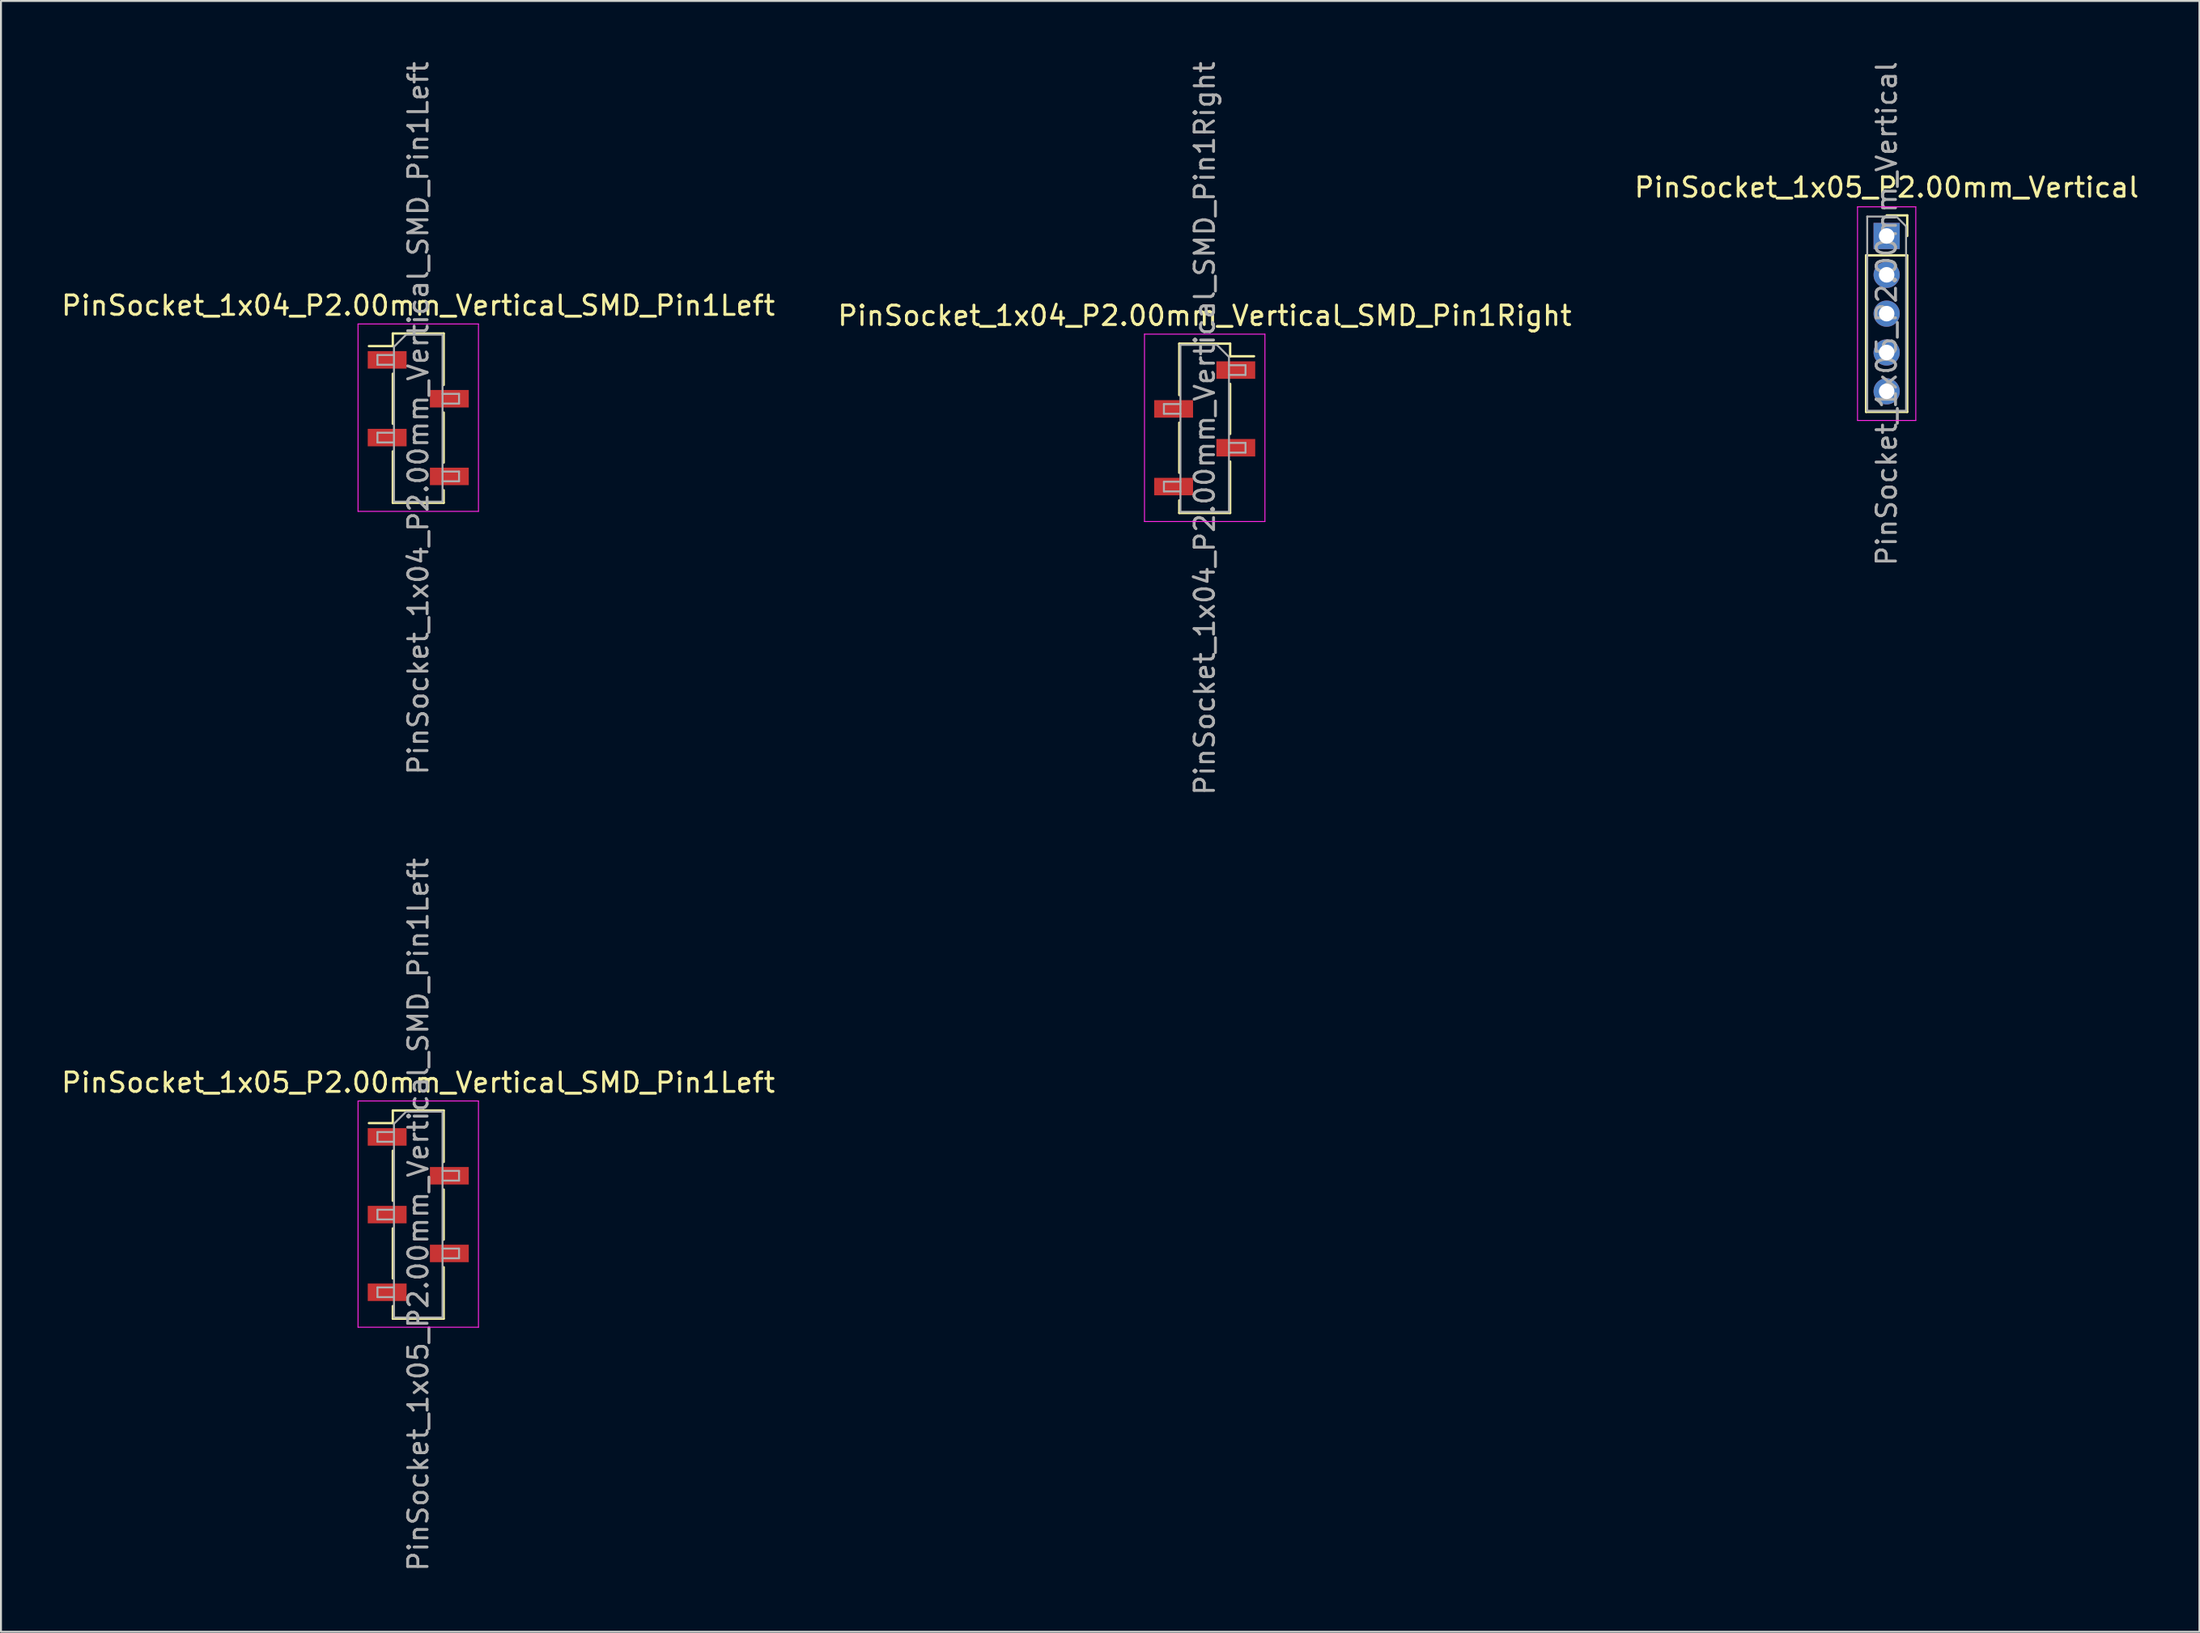
<source format=kicad_pcb>
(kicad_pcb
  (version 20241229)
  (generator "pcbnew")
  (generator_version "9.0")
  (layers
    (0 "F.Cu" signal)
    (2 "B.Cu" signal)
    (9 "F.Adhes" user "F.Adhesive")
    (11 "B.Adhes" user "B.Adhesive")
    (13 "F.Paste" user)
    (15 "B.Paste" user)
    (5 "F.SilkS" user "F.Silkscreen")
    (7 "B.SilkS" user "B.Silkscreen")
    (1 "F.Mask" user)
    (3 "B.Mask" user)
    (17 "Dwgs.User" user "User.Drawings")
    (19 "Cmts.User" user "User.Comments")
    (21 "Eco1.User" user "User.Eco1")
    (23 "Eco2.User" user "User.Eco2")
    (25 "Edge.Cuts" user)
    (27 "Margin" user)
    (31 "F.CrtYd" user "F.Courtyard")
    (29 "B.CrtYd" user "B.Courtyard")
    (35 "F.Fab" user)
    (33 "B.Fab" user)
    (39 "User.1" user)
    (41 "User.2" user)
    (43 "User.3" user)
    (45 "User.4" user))
  (footprint "PinSocket_1x04_P2.00mm_Vertical_SMD_Pin1Left"
    (layer "F.Cu")
    (at 18.482 18.482)
    (property "Reference" "PinSocket_1x04_P2.00mm_Vertical_SMD_Pin1Left" (at 0 -5.8 0) (layer "F.SilkS") (effects (font (size 1 1) (thickness 0.15))))
    (attr smd)
    (fp_line (start -2.54 -3.71) (end -1.31 -3.71) (stroke (width 0.12) (type solid)) (layer "F.SilkS"))
    (fp_line (start -1.31 -4.36) (end -1.31 -3.71) (stroke (width 0.12) (type solid)) (layer "F.SilkS"))
    (fp_line (start -1.31 -4.36) (end 1.31 -4.36) (stroke (width 0.12) (type solid)) (layer "F.SilkS"))
    (fp_line (start -1.31 -2.29) (end -1.31 0.29) (stroke (width 0.12) (type solid)) (layer "F.SilkS"))
    (fp_line (start -1.31 1.71) (end -1.31 4.36) (stroke (width 0.12) (type solid)) (layer "F.SilkS"))
    (fp_line (start -1.31 4.36) (end 1.31 4.36) (stroke (width 0.12) (type solid)) (layer "F.SilkS"))
    (fp_line (start 1.31 -4.36) (end 1.31 -1.71) (stroke (width 0.12) (type solid)) (layer "F.SilkS"))
    (fp_line (start 1.31 -0.29) (end 1.31 2.29) (stroke (width 0.12) (type solid)) (layer "F.SilkS"))
    (fp_line (start 1.31 3.71) (end 1.31 4.36) (stroke (width 0.12) (type solid)) (layer "F.SilkS"))
    (fp_line (start -3.1 -4.85) (end 3.1 -4.85) (stroke (width 0.05) (type solid)) (layer "F.CrtYd"))
    (fp_line (start -3.1 4.8) (end -3.1 -4.85) (stroke (width 0.05) (type solid)) (layer "F.CrtYd"))
    (fp_line (start 3.1 -4.85) (end 3.1 4.8) (stroke (width 0.05) (type solid)) (layer "F.CrtYd"))
    (fp_line (start 3.1 4.8) (end -3.1 4.8) (stroke (width 0.05) (type solid)) (layer "F.CrtYd"))
    (fp_line (start -2.1 -3.25) (end -1.25 -3.25) (stroke (width 0.1) (type solid)) (layer "F.Fab"))
    (fp_line (start -2.1 -2.75) (end -2.1 -3.25) (stroke (width 0.1) (type solid)) (layer "F.Fab"))
    (fp_line (start -2.1 0.75) (end -1.25 0.75) (stroke (width 0.1) (type solid)) (layer "F.Fab"))
    (fp_line (start -2.1 1.25) (end -2.1 0.75) (stroke (width 0.1) (type solid)) (layer "F.Fab"))
    (fp_line (start -1.25 -3.675) (end -0.625 -4.3) (stroke (width 0.1) (type solid)) (layer "F.Fab"))
    (fp_line (start -1.25 -2.75) (end -2.1 -2.75) (stroke (width 0.1) (type solid)) (layer "F.Fab"))
    (fp_line (start -1.25 1.25) (end -2.1 1.25) (stroke (width 0.1) (type solid)) (layer "F.Fab"))
    (fp_line (start -1.25 4.3) (end -1.25 -3.675) (stroke (width 0.1) (type solid)) (layer "F.Fab"))
    (fp_line (start -0.625 -4.3) (end 1.25 -4.3) (stroke (width 0.1) (type solid)) (layer "F.Fab"))
    (fp_line (start 1.25 -4.3) (end 1.25 4.3) (stroke (width 0.1) (type solid)) (layer "F.Fab"))
    (fp_line (start 1.25 -1.25) (end 2.1 -1.25) (stroke (width 0.1) (type solid)) (layer "F.Fab"))
    (fp_line (start 1.25 2.75) (end 2.1 2.75) (stroke (width 0.1) (type solid)) (layer "F.Fab"))
    (fp_line (start 1.25 4.3) (end -1.25 4.3) (stroke (width 0.1) (type solid)) (layer "F.Fab"))
    (fp_line (start 2.1 -1.25) (end 2.1 -0.75) (stroke (width 0.1) (type solid)) (layer "F.Fab"))
    (fp_line (start 2.1 -0.75) (end 1.25 -0.75) (stroke (width 0.1) (type solid)) (layer "F.Fab"))
    (fp_line (start 2.1 2.75) (end 2.1 3.25) (stroke (width 0.1) (type solid)) (layer "F.Fab"))
    (fp_line (start 2.1 3.25) (end 1.25 3.25) (stroke (width 0.1) (type solid)) (layer "F.Fab"))
    (fp_text user "${REFERENCE}" (at 0 0 90) (layer "F.Fab") (effects (font (size 1 1) (thickness 0.15))))
    (pad "1" smd rect (at -1.6 -3) (size 2 0.9) (layers "F.Cu" "F.Mask" "F.Paste"))
    (pad "2" smd rect (at 1.6 -1) (size 2 0.9) (layers "F.Cu" "F.Mask" "F.Paste"))
    (pad "3" smd rect (at -1.6 1) (size 2 0.9) (layers "F.Cu" "F.Mask" "F.Paste"))
    (pad "4" smd rect (at 1.6 3) (size 2 0.9) (layers "F.Cu" "F.Mask" "F.Paste")))
  (footprint "PinSocket_1x05_P2.00mm_Vertical_SMD_Pin1Left"
    (layer "F.Cu")
    (at 18.482 59.494)
    (property "Reference" "PinSocket_1x05_P2.00mm_Vertical_SMD_Pin1Left" (at 0 -6.8 0) (layer "F.SilkS") (effects (font (size 1 1) (thickness 0.15))))
    (attr smd)
    (fp_line (start -2.54 -4.71) (end -1.31 -4.71) (stroke (width 0.12) (type solid)) (layer "F.SilkS"))
    (fp_line (start -1.31 -5.36) (end -1.31 -4.71) (stroke (width 0.12) (type solid)) (layer "F.SilkS"))
    (fp_line (start -1.31 -5.36) (end 1.31 -5.36) (stroke (width 0.12) (type solid)) (layer "F.SilkS"))
    (fp_line (start -1.31 -3.29) (end -1.31 -0.71) (stroke (width 0.12) (type solid)) (layer "F.SilkS"))
    (fp_line (start -1.31 0.71) (end -1.31 3.29) (stroke (width 0.12) (type solid)) (layer "F.SilkS"))
    (fp_line (start -1.31 4.71) (end -1.31 5.36) (stroke (width 0.12) (type solid)) (layer "F.SilkS"))
    (fp_line (start -1.31 5.36) (end 1.31 5.36) (stroke (width 0.12) (type solid)) (layer "F.SilkS"))
    (fp_line (start 1.31 -5.36) (end 1.31 -2.71) (stroke (width 0.12) (type solid)) (layer "F.SilkS"))
    (fp_line (start 1.31 -1.29) (end 1.31 1.29) (stroke (width 0.12) (type solid)) (layer "F.SilkS"))
    (fp_line (start 1.31 2.71) (end 1.31 5.36) (stroke (width 0.12) (type solid)) (layer "F.SilkS"))
    (fp_line (start -3.1 -5.85) (end 3.1 -5.85) (stroke (width 0.05) (type solid)) (layer "F.CrtYd"))
    (fp_line (start -3.1 5.8) (end -3.1 -5.85) (stroke (width 0.05) (type solid)) (layer "F.CrtYd"))
    (fp_line (start 3.1 -5.85) (end 3.1 5.8) (stroke (width 0.05) (type solid)) (layer "F.CrtYd"))
    (fp_line (start 3.1 5.8) (end -3.1 5.8) (stroke (width 0.05) (type solid)) (layer "F.CrtYd"))
    (fp_line (start -2.1 -4.25) (end -1.25 -4.25) (stroke (width 0.1) (type solid)) (layer "F.Fab"))
    (fp_line (start -2.1 -3.75) (end -2.1 -4.25) (stroke (width 0.1) (type solid)) (layer "F.Fab"))
    (fp_line (start -2.1 -0.25) (end -1.25 -0.25) (stroke (width 0.1) (type solid)) (layer "F.Fab"))
    (fp_line (start -2.1 0.25) (end -2.1 -0.25) (stroke (width 0.1) (type solid)) (layer "F.Fab"))
    (fp_line (start -2.1 3.75) (end -1.25 3.75) (stroke (width 0.1) (type solid)) (layer "F.Fab"))
    (fp_line (start -2.1 4.25) (end -2.1 3.75) (stroke (width 0.1) (type solid)) (layer "F.Fab"))
    (fp_line (start -1.25 -4.675) (end -0.625 -5.3) (stroke (width 0.1) (type solid)) (layer "F.Fab"))
    (fp_line (start -1.25 -3.75) (end -2.1 -3.75) (stroke (width 0.1) (type solid)) (layer "F.Fab"))
    (fp_line (start -1.25 0.25) (end -2.1 0.25) (stroke (width 0.1) (type solid)) (layer "F.Fab"))
    (fp_line (start -1.25 4.25) (end -2.1 4.25) (stroke (width 0.1) (type solid)) (layer "F.Fab"))
    (fp_line (start -1.25 5.3) (end -1.25 -4.675) (stroke (width 0.1) (type solid)) (layer "F.Fab"))
    (fp_line (start -0.625 -5.3) (end 1.25 -5.3) (stroke (width 0.1) (type solid)) (layer "F.Fab"))
    (fp_line (start 1.25 -5.3) (end 1.25 5.3) (stroke (width 0.1) (type solid)) (layer "F.Fab"))
    (fp_line (start 1.25 -2.25) (end 2.1 -2.25) (stroke (width 0.1) (type solid)) (layer "F.Fab"))
    (fp_line (start 1.25 1.75) (end 2.1 1.75) (stroke (width 0.1) (type solid)) (layer "F.Fab"))
    (fp_line (start 1.25 5.3) (end -1.25 5.3) (stroke (width 0.1) (type solid)) (layer "F.Fab"))
    (fp_line (start 2.1 -2.25) (end 2.1 -1.75) (stroke (width 0.1) (type solid)) (layer "F.Fab"))
    (fp_line (start 2.1 -1.75) (end 1.25 -1.75) (stroke (width 0.1) (type solid)) (layer "F.Fab"))
    (fp_line (start 2.1 1.75) (end 2.1 2.25) (stroke (width 0.1) (type solid)) (layer "F.Fab"))
    (fp_line (start 2.1 2.25) (end 1.25 2.25) (stroke (width 0.1) (type solid)) (layer "F.Fab"))
    (fp_text user "${REFERENCE}" (at 0 0 90) (layer "F.Fab") (effects (font (size 1 1) (thickness 0.15))))
    (pad "1" smd rect (at -1.6 -4) (size 2 0.9) (layers "F.Cu" "F.Mask" "F.Paste"))
    (pad "2" smd rect (at 1.6 -2) (size 2 0.9) (layers "F.Cu" "F.Mask" "F.Paste"))
    (pad "3" smd rect (at -1.6 0) (size 2 0.9) (layers "F.Cu" "F.Mask" "F.Paste"))
    (pad "4" smd rect (at 1.6 2) (size 2 0.9) (layers "F.Cu" "F.Mask" "F.Paste"))
    (pad "5" smd rect (at -1.6 4) (size 2 0.9) (layers "F.Cu" "F.Mask" "F.Paste")))
  (footprint "PinSocket_1x04_P2.00mm_Vertical_SMD_Pin1Right"
    (layer "F.Cu")
    (at 58.97 19.006)
    (property "Reference" "PinSocket_1x04_P2.00mm_Vertical_SMD_Pin1Right" (at 0 -5.8 0) (layer "F.SilkS") (effects (font (size 1 1) (thickness 0.15))))
    (attr smd)
    (fp_line (start -1.31 -4.36) (end -1.31 -1.71) (stroke (width 0.12) (type solid)) (layer "F.SilkS"))
    (fp_line (start -1.31 -4.36) (end 1.31 -4.36) (stroke (width 0.12) (type solid)) (layer "F.SilkS"))
    (fp_line (start -1.31 -0.29) (end -1.31 2.29) (stroke (width 0.12) (type solid)) (layer "F.SilkS"))
    (fp_line (start -1.31 3.71) (end -1.31 4.36) (stroke (width 0.12) (type solid)) (layer "F.SilkS"))
    (fp_line (start -1.31 4.36) (end 1.31 4.36) (stroke (width 0.12) (type solid)) (layer "F.SilkS"))
    (fp_line (start 1.31 -4.36) (end 1.31 -3.71) (stroke (width 0.12) (type solid)) (layer "F.SilkS"))
    (fp_line (start 1.31 -3.71) (end 2.54 -3.71) (stroke (width 0.12) (type solid)) (layer "F.SilkS"))
    (fp_line (start 1.31 -2.29) (end 1.31 0.29) (stroke (width 0.12) (type solid)) (layer "F.SilkS"))
    (fp_line (start 1.31 1.71) (end 1.31 4.36) (stroke (width 0.12) (type solid)) (layer "F.SilkS"))
    (fp_line (start -3.1 -4.85) (end 3.1 -4.85) (stroke (width 0.05) (type solid)) (layer "F.CrtYd"))
    (fp_line (start -3.1 4.8) (end -3.1 -4.85) (stroke (width 0.05) (type solid)) (layer "F.CrtYd"))
    (fp_line (start 3.1 -4.85) (end 3.1 4.8) (stroke (width 0.05) (type solid)) (layer "F.CrtYd"))
    (fp_line (start 3.1 4.8) (end -3.1 4.8) (stroke (width 0.05) (type solid)) (layer "F.CrtYd"))
    (fp_line (start -2.1 -1.25) (end -1.25 -1.25) (stroke (width 0.1) (type solid)) (layer "F.Fab"))
    (fp_line (start -2.1 -0.75) (end -2.1 -1.25) (stroke (width 0.1) (type solid)) (layer "F.Fab"))
    (fp_line (start -2.1 2.75) (end -1.25 2.75) (stroke (width 0.1) (type solid)) (layer "F.Fab"))
    (fp_line (start -2.1 3.25) (end -2.1 2.75) (stroke (width 0.1) (type solid)) (layer "F.Fab"))
    (fp_line (start -1.25 -4.3) (end 0.625 -4.3) (stroke (width 0.1) (type solid)) (layer "F.Fab"))
    (fp_line (start -1.25 -0.75) (end -2.1 -0.75) (stroke (width 0.1) (type solid)) (layer "F.Fab"))
    (fp_line (start -1.25 3.25) (end -2.1 3.25) (stroke (width 0.1) (type solid)) (layer "F.Fab"))
    (fp_line (start -1.25 4.3) (end -1.25 -4.3) (stroke (width 0.1) (type solid)) (layer "F.Fab"))
    (fp_line (start 0.625 -4.3) (end 1.25 -3.675) (stroke (width 0.1) (type solid)) (layer "F.Fab"))
    (fp_line (start 1.25 -3.675) (end 1.25 4.3) (stroke (width 0.1) (type solid)) (layer "F.Fab"))
    (fp_line (start 1.25 -3.25) (end 2.1 -3.25) (stroke (width 0.1) (type solid)) (layer "F.Fab"))
    (fp_line (start 1.25 0.75) (end 2.1 0.75) (stroke (width 0.1) (type solid)) (layer "F.Fab"))
    (fp_line (start 1.25 4.3) (end -1.25 4.3) (stroke (width 0.1) (type solid)) (layer "F.Fab"))
    (fp_line (start 2.1 -3.25) (end 2.1 -2.75) (stroke (width 0.1) (type solid)) (layer "F.Fab"))
    (fp_line (start 2.1 -2.75) (end 1.25 -2.75) (stroke (width 0.1) (type solid)) (layer "F.Fab"))
    (fp_line (start 2.1 0.75) (end 2.1 1.25) (stroke (width 0.1) (type solid)) (layer "F.Fab"))
    (fp_line (start 2.1 1.25) (end 1.25 1.25) (stroke (width 0.1) (type solid)) (layer "F.Fab"))
    (fp_text user "${REFERENCE}" (at 0 0 90) (layer "F.Fab") (effects (font (size 1 1) (thickness 0.15))))
    (pad "1" smd rect (at 1.6 -3) (size 2 0.9) (layers "F.Cu" "F.Mask" "F.Paste"))
    (pad "2" smd rect (at -1.6 -1) (size 2 0.9) (layers "F.Cu" "F.Mask" "F.Paste"))
    (pad "3" smd rect (at 1.6 1) (size 2 0.9) (layers "F.Cu" "F.Mask" "F.Paste"))
    (pad "4" smd rect (at -1.6 3) (size 2 0.9) (layers "F.Cu" "F.Mask" "F.Paste")))
  (footprint "PinSocket_1x05_P2.00mm_Vertical"
    (layer "F.Cu")
    (at 94.077 9.101)
    (property "Reference" "PinSocket_1x05_P2.00mm_Vertical" (at 0 -2.5 0) (layer "F.SilkS") (effects (font (size 1 1) (thickness 0.15))))
    (attr through_hole)
    (fp_line (start -1.06 1) (end -1.06 9.06) (stroke (width 0.12) (type solid)) (layer "F.SilkS"))
    (fp_line (start -1.06 1) (end 1.06 1) (stroke (width 0.12) (type solid)) (layer "F.SilkS"))
    (fp_line (start -1.06 9.06) (end 1.06 9.06) (stroke (width 0.12) (type solid)) (layer "F.SilkS"))
    (fp_line (start 0 -1.06) (end 1.06 -1.06) (stroke (width 0.12) (type solid)) (layer "F.SilkS"))
    (fp_line (start 1.06 -1.06) (end 1.06 0) (stroke (width 0.12) (type solid)) (layer "F.SilkS"))
    (fp_line (start 1.06 1) (end 1.06 9.06) (stroke (width 0.12) (type solid)) (layer "F.SilkS"))
    (fp_line (start -1.5 -1.5) (end 1.5 -1.5) (stroke (width 0.05) (type solid)) (layer "F.CrtYd"))
    (fp_line (start -1.5 9.5) (end -1.5 -1.5) (stroke (width 0.05) (type solid)) (layer "F.CrtYd"))
    (fp_line (start 1.5 -1.5) (end 1.5 9.5) (stroke (width 0.05) (type solid)) (layer "F.CrtYd"))
    (fp_line (start 1.5 9.5) (end -1.5 9.5) (stroke (width 0.05) (type solid)) (layer "F.CrtYd"))
    (fp_line (start -1 -1) (end 0.5 -1) (stroke (width 0.1) (type solid)) (layer "F.Fab"))
    (fp_line (start -1 9) (end -1 -1) (stroke (width 0.1) (type solid)) (layer "F.Fab"))
    (fp_line (start 0.5 -1) (end 1 -0.5) (stroke (width 0.1) (type solid)) (layer "F.Fab"))
    (fp_line (start 1 -0.5) (end 1 9) (stroke (width 0.1) (type solid)) (layer "F.Fab"))
    (fp_line (start 1 9) (end -1 9) (stroke (width 0.1) (type solid)) (layer "F.Fab"))
    (fp_text user "${REFERENCE}" (at 0 4 90) (layer "F.Fab") (effects (font (size 1 1) (thickness 0.15))))
    (pad "1" thru_hole rect (at 0 0) (size 1.35 1.35) (drill 0.8) (layers "*.Cu" "*.Mask"))
    (pad "2" thru_hole oval (at 0 2) (size 1.35 1.35) (drill 0.8) (layers "*.Cu" "*.Mask"))
    (pad "3" thru_hole oval (at 0 4) (size 1.35 1.35) (drill 0.8) (layers "*.Cu" "*.Mask"))
    (pad "4" thru_hole oval (at 0 6) (size 1.35 1.35) (drill 0.8) (layers "*.Cu" "*.Mask"))
    (pad "5" thru_hole oval (at 0 8) (size 1.35 1.35) (drill 0.8) (layers "*.Cu" "*.Mask")))
  (gr_rect
    (start -3 -3)
    (end 110.179 80.976)
    (stroke (width 0.1) (type default))
    (fill no)
    (layer "Edge.Cuts")))
</source>
